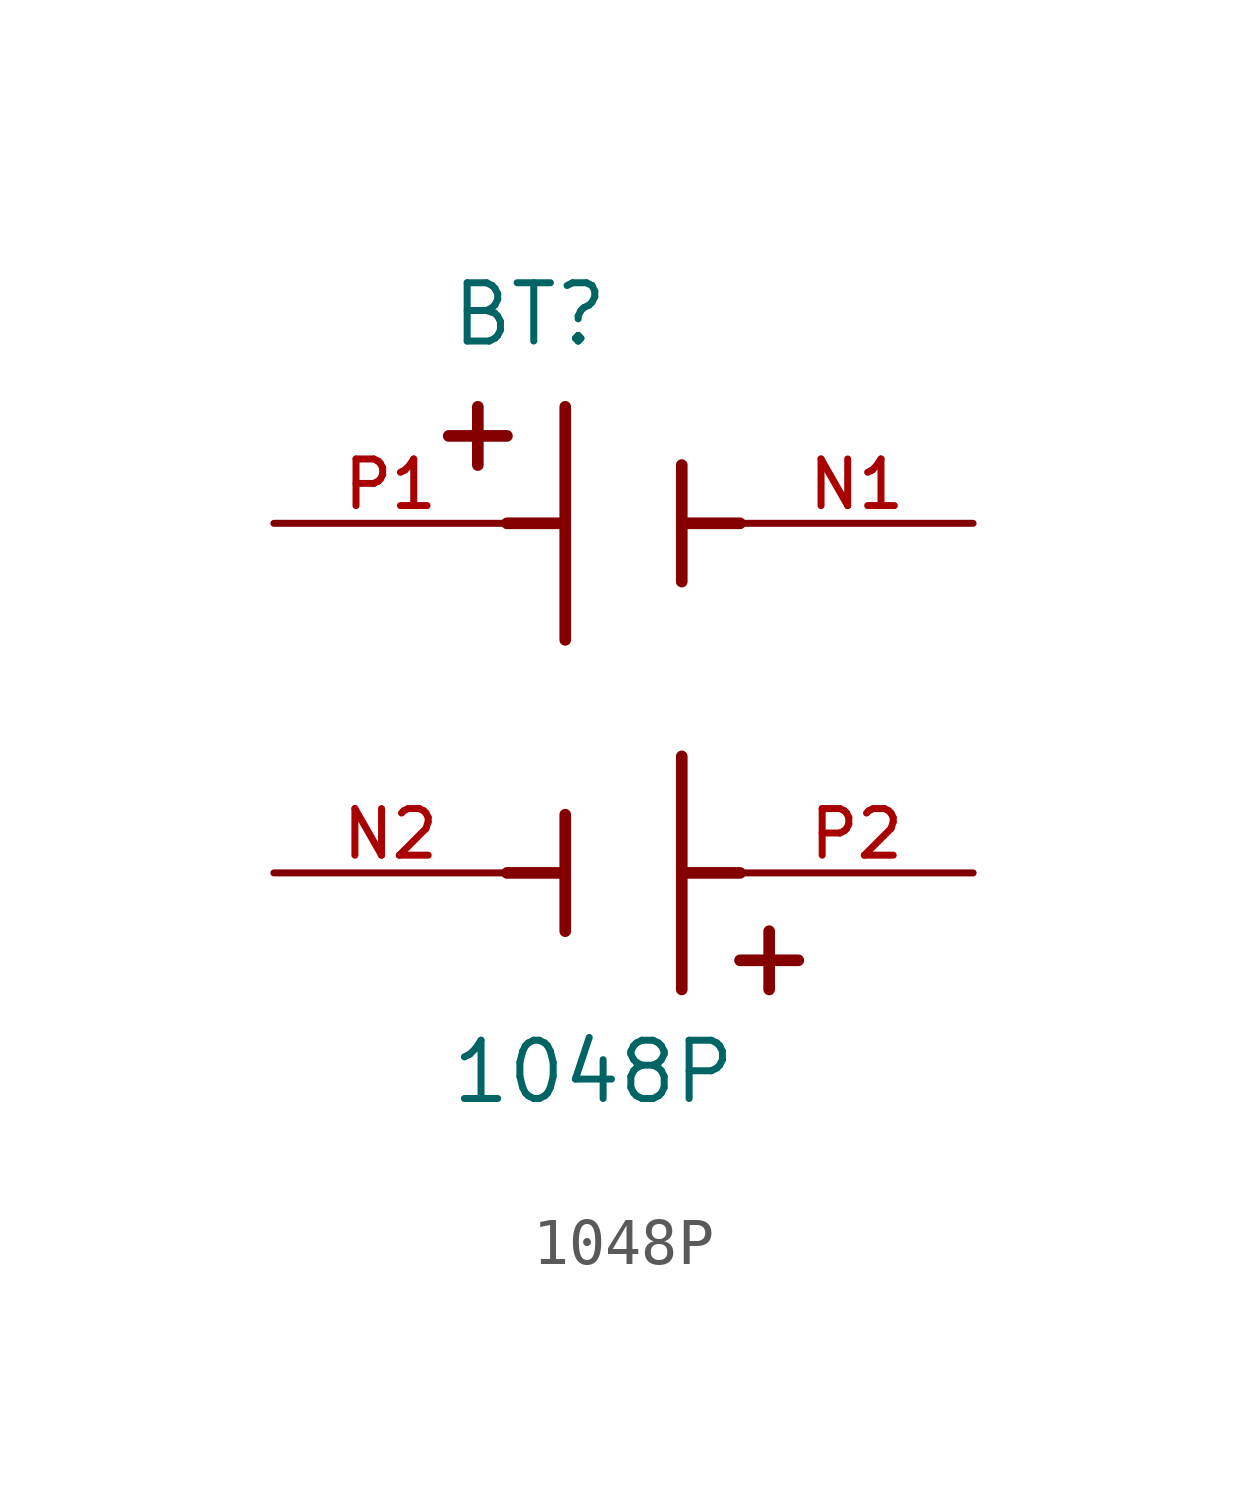
<source format=kicad_sym>
(kicad_symbol_lib
  (version 20220914)
  (generator kicad_symbol_editor)
  (symbol "1048P"
    (pin_names
      (offset 1.016))
    (property "Reference" "BT"
      (at -3.81 6.35 0)
      (effects (font (size 1.27 1.27)) (justify left bottom)))
    (property "Value" "1048P"
      (at -3.81 -10.16 0)
      (effects (font (size 1.27 1.27)) (justify left bottom)))
    (symbol "1048P_0_0"
      (polyline (pts (xy -3.81 4.445) (xy -2.54 4.445)) (stroke (width 0.254) (type default)) (fill (type none)))
      (polyline (pts (xy -3.175 5.08) (xy -3.175 3.81)) (stroke (width 0.254) (type default)) (fill (type none)))
      (polyline (pts (xy -1.27 -6.35) (xy -1.27 -5.08)) (stroke (width 0.254) (type default)) (fill (type none)))
      (polyline (pts (xy -1.27 -5.08) (xy -2.54 -5.08)) (stroke (width 0.254) (type default)) (fill (type none)))
      (polyline (pts (xy -1.27 -5.08) (xy -1.27 -3.81)) (stroke (width 0.254) (type default)) (fill (type none)))
      (polyline (pts (xy -1.27 2.54) (xy -2.54 2.54)) (stroke (width 0.254) (type default)) (fill (type none)))
      (polyline (pts (xy -1.27 2.54) (xy -1.27 0)) (stroke (width 0.254) (type default)) (fill (type none)))
      (polyline (pts (xy -1.27 5.08) (xy -1.27 2.54)) (stroke (width 0.254) (type default)) (fill (type none)))
      (polyline (pts (xy 1.27 -7.62) (xy 1.27 -5.08)) (stroke (width 0.254) (type default)) (fill (type none)))
      (polyline (pts (xy 1.27 -5.08) (xy 1.27 -2.54)) (stroke (width 0.254) (type default)) (fill (type none)))
      (polyline (pts (xy 1.27 -5.08) (xy 2.54 -5.08)) (stroke (width 0.254) (type default)) (fill (type none)))
      (polyline (pts (xy 1.27 2.54) (xy 1.27 1.27)) (stroke (width 0.254) (type default)) (fill (type none)))
      (polyline (pts (xy 1.27 2.54) (xy 2.54 2.54)) (stroke (width 0.254) (type default)) (fill (type none)))
      (polyline (pts (xy 1.27 3.81) (xy 1.27 2.54)) (stroke (width 0.254) (type default)) (fill (type none)))
      (polyline (pts (xy 3.175 -7.62) (xy 3.175 -6.35)) (stroke (width 0.254) (type default)) (fill (type none)))
      (polyline (pts (xy 3.81 -6.985) (xy 2.54 -6.985)) (stroke (width 0.254) (type default)) (fill (type none)))
      (pin passive line (at 7.62 2.54 180) (length 5.08) (name "~" (effects (font (size 1.016 1.016)))) (number "N1" (effects (font (size 1.016 1.016)))))
      (pin passive line (at -7.62 -5.08 0) (length 5.08) (name "~" (effects (font (size 1.016 1.016)))) (number "N2" (effects (font (size 1.016 1.016)))))
      (pin passive line (at -7.62 2.54 0) (length 5.08) (name "~" (effects (font (size 1.016 1.016)))) (number "P1" (effects (font (size 1.016 1.016)))))
      (pin passive line (at 7.62 -5.08 180) (length 5.08) (name "~" (effects (font (size 1.016 1.016)))) (number "P2" (effects (font (size 1.016 1.016))))))))
</source>
